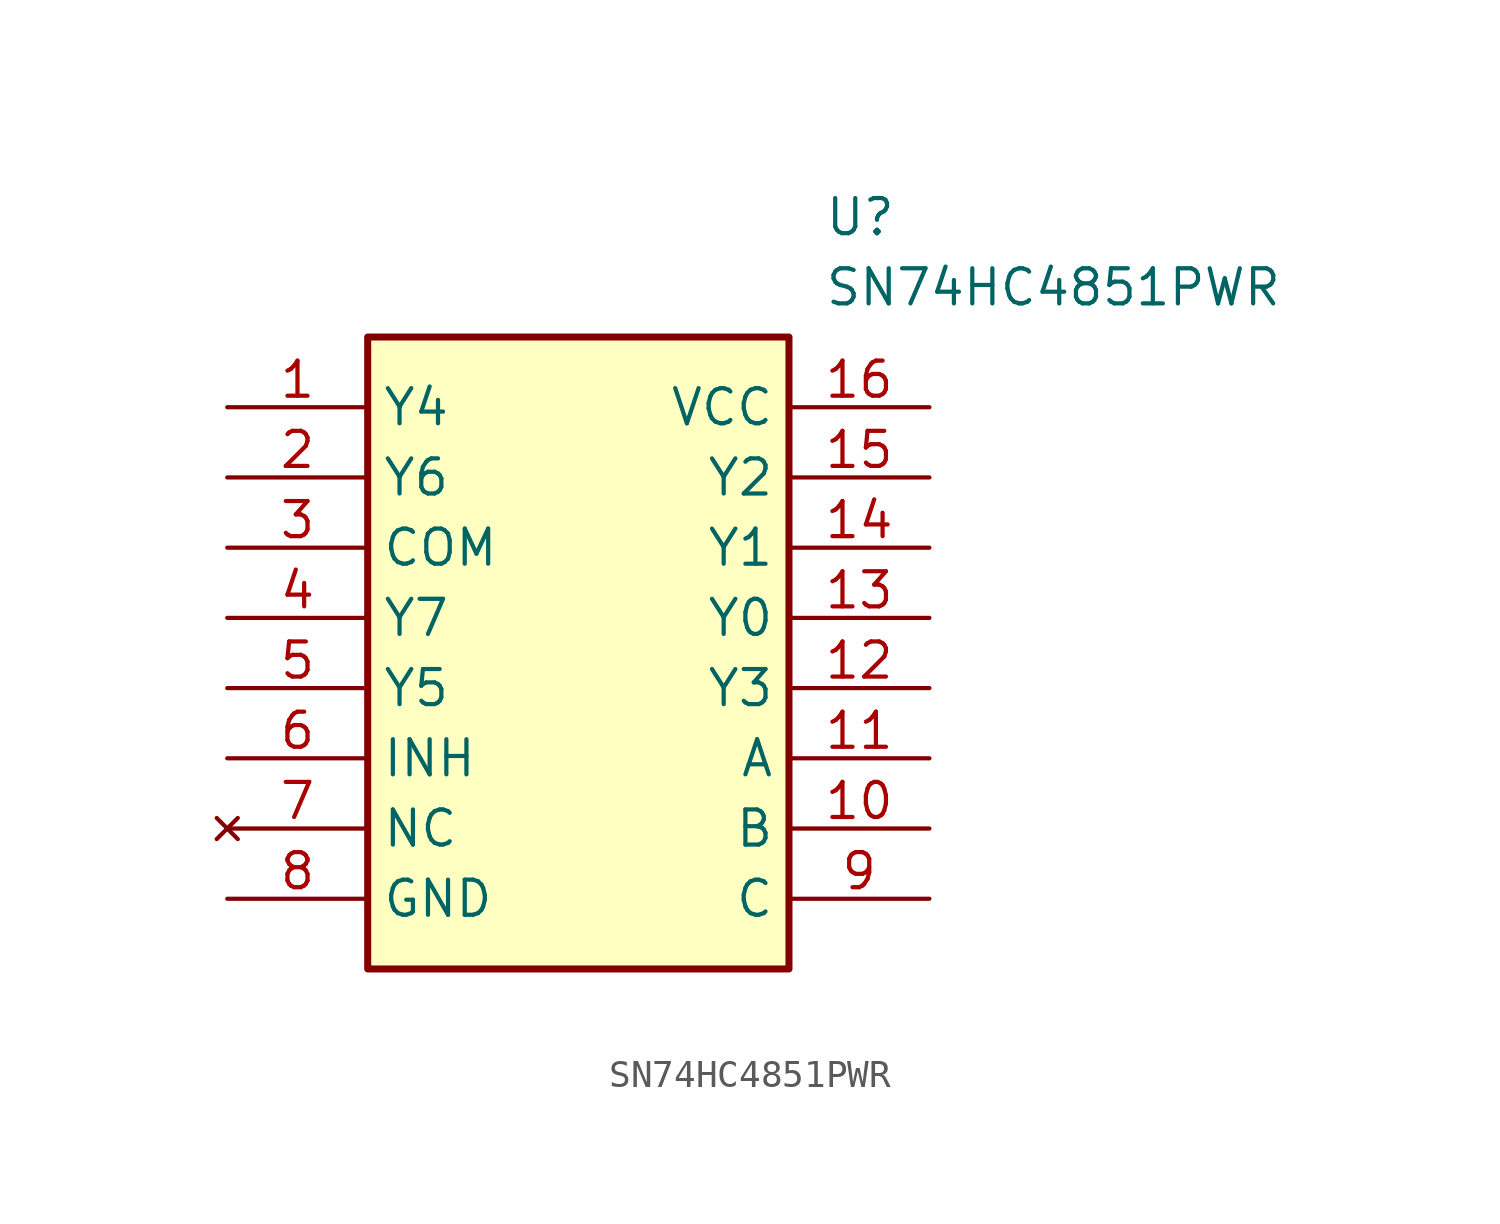
<source format=kicad_sym>
(kicad_symbol_lib
  (version 20231120)
  (generator "kicad_symbol_editor")
  (generator_version "8.0")
  (symbol "SN74HC4851PWR"
    (property "Reference" "U"
      (at 21.59 7.62 0)
      (effects (font (size 1.27 1.27)) (justify left top)))
    (property "Value" "SN74HC4851PWR"
      (at 21.59 5.08 0)
      (effects (font (size 1.27 1.27)) (justify left top)))
    (symbol "SN74HC4851PWR_1_1"
      (rectangle (start 5.08 2.54) (end 20.32 -20.32) (stroke (width 0.254) (type default)) (fill (type background)))
      (pin passive line (at 0 0 0) (length 5.08) (name "Y4" (effects (font (size 1.27 1.27)))) (number "1" (effects (font (size 1.27 1.27)))))
      (pin passive line (at 25.4 -15.24 180) (length 5.08) (name "B" (effects (font (size 1.27 1.27)))) (number "10" (effects (font (size 1.27 1.27)))))
      (pin passive line (at 25.4 -12.7 180) (length 5.08) (name "A" (effects (font (size 1.27 1.27)))) (number "11" (effects (font (size 1.27 1.27)))))
      (pin passive line (at 25.4 -10.16 180) (length 5.08) (name "Y3" (effects (font (size 1.27 1.27)))) (number "12" (effects (font (size 1.27 1.27)))))
      (pin passive line (at 25.4 -7.62 180) (length 5.08) (name "Y0" (effects (font (size 1.27 1.27)))) (number "13" (effects (font (size 1.27 1.27)))))
      (pin passive line (at 25.4 -5.08 180) (length 5.08) (name "Y1" (effects (font (size 1.27 1.27)))) (number "14" (effects (font (size 1.27 1.27)))))
      (pin passive line (at 25.4 -2.54 180) (length 5.08) (name "Y2" (effects (font (size 1.27 1.27)))) (number "15" (effects (font (size 1.27 1.27)))))
      (pin passive line (at 25.4 0 180) (length 5.08) (name "VCC" (effects (font (size 1.27 1.27)))) (number "16" (effects (font (size 1.27 1.27)))))
      (pin passive line (at 0 -2.54 0) (length 5.08) (name "Y6" (effects (font (size 1.27 1.27)))) (number "2" (effects (font (size 1.27 1.27)))))
      (pin passive line (at 0 -5.08 0) (length 5.08) (name "COM" (effects (font (size 1.27 1.27)))) (number "3" (effects (font (size 1.27 1.27)))))
      (pin passive line (at 0 -7.62 0) (length 5.08) (name "Y7" (effects (font (size 1.27 1.27)))) (number "4" (effects (font (size 1.27 1.27)))))
      (pin passive line (at 0 -10.16 0) (length 5.08) (name "Y5" (effects (font (size 1.27 1.27)))) (number "5" (effects (font (size 1.27 1.27)))))
      (pin passive line (at 0 -12.7 0) (length 5.08) (name "INH" (effects (font (size 1.27 1.27)))) (number "6" (effects (font (size 1.27 1.27)))))
      (pin no_connect line (at 0 -15.24 0) (length 5.08) (name "NC" (effects (font (size 1.27 1.27)))) (number "7" (effects (font (size 1.27 1.27)))))
      (pin passive line (at 0 -17.78 0) (length 5.08) (name "GND" (effects (font (size 1.27 1.27)))) (number "8" (effects (font (size 1.27 1.27)))))
      (pin passive line (at 25.4 -17.78 180) (length 5.08) (name "C" (effects (font (size 1.27 1.27)))) (number "9" (effects (font (size 1.27 1.27))))))))
</source>
